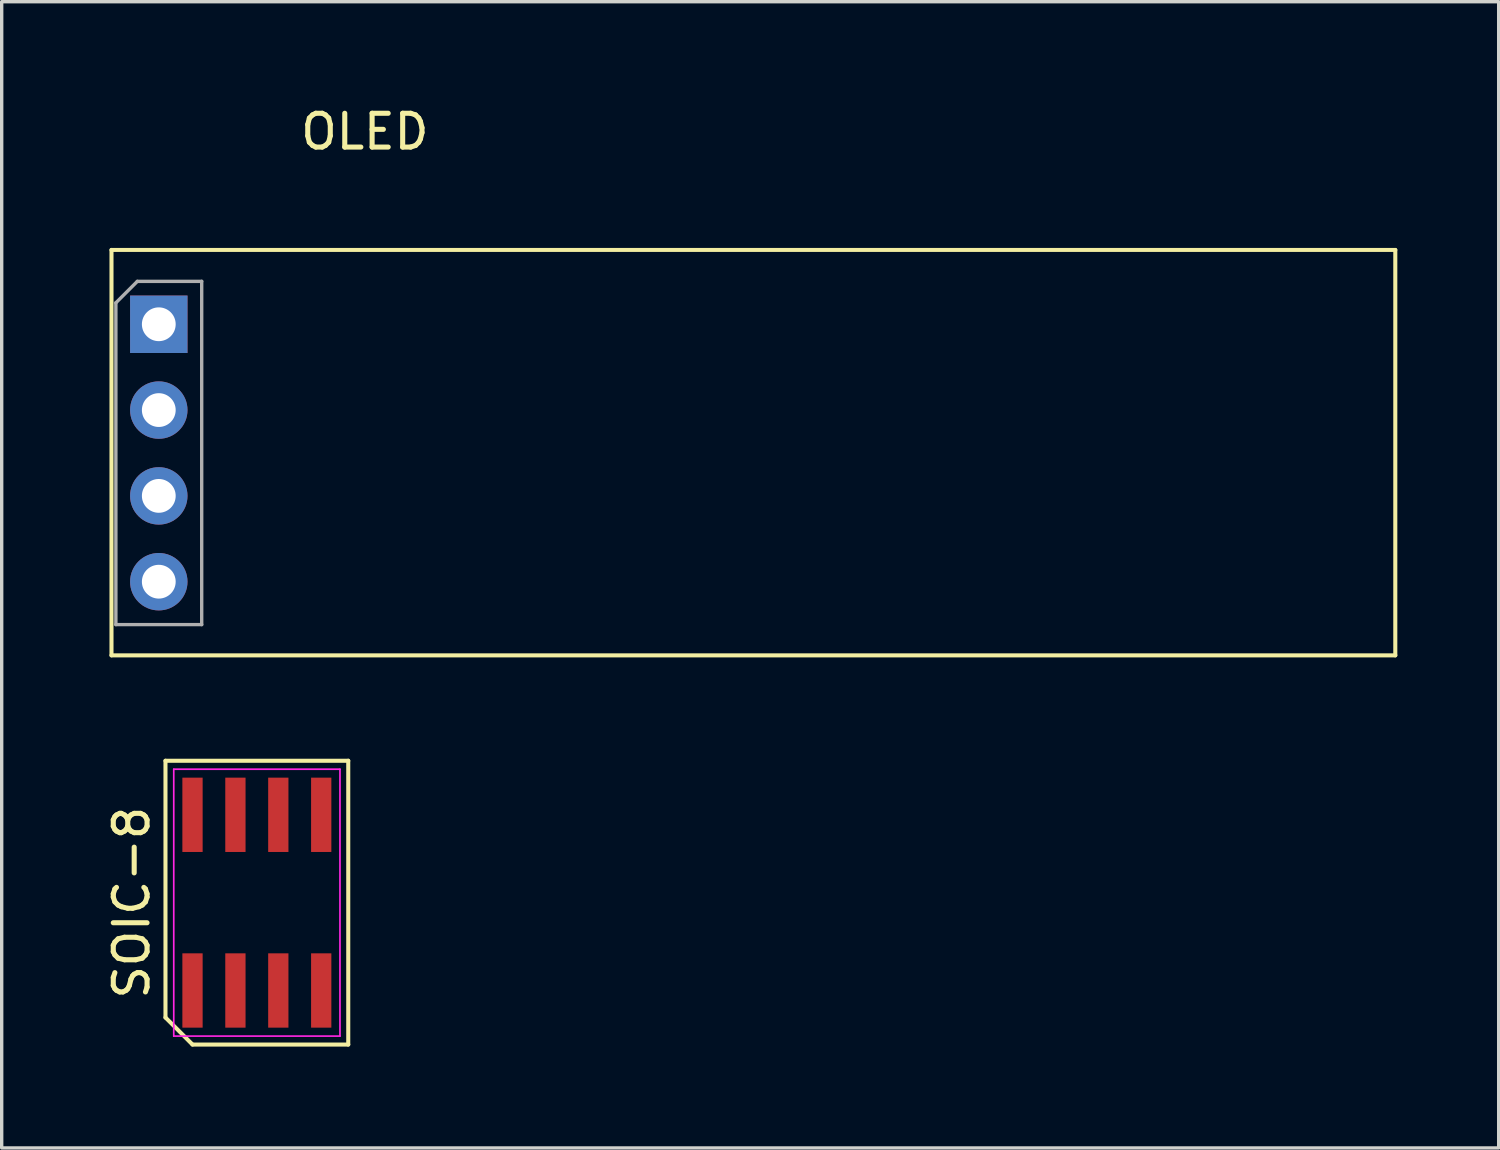
<source format=kicad_pcb>
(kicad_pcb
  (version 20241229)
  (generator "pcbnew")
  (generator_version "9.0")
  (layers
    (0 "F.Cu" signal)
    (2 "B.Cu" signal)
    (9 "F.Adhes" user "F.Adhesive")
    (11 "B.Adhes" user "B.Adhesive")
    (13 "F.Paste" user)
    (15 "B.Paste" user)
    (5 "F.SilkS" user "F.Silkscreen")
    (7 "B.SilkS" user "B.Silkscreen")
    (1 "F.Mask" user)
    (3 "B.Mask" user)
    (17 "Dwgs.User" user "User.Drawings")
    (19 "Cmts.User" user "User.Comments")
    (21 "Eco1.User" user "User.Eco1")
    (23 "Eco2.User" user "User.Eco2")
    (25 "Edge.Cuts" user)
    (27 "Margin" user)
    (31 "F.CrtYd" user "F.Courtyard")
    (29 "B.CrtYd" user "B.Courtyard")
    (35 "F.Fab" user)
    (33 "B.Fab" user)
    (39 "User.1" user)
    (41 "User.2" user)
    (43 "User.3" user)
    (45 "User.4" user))
  (footprint "OLED"
    (layer "F.Cu")
    (at 0.25 4.348)
    (property "Reference" "OLED" (at 7.5 -3.5 0) (layer "F.SilkS") (effects (font (size 1 1) (thickness 0.15))))
    (attr through_hole)
    (fp_line (start 0 0) (end 38 0) (stroke (width 0.12) (type solid)) (layer "F.SilkS"))
    (fp_line (start 0 12) (end 0 0) (stroke (width 0.12) (type solid)) (layer "F.SilkS"))
    (fp_line (start 38 0) (end 38 12) (stroke (width 0.12) (type solid)) (layer "F.SilkS"))
    (fp_line (start 38 12) (end 0 12) (stroke (width 0.12) (type solid)) (layer "F.SilkS"))
    (fp_line (start 0.13 1.565) (end 0.765 0.93) (stroke (width 0.1) (type solid)) (layer "F.Fab"))
    (fp_line (start 0.13 11.09) (end 0.13 1.565) (stroke (width 0.1) (type solid)) (layer "F.Fab"))
    (fp_line (start 0.765 0.93) (end 2.67 0.93) (stroke (width 0.1) (type solid)) (layer "F.Fab"))
    (fp_line (start 2.67 0.93) (end 2.67 11.09) (stroke (width 0.1) (type solid)) (layer "F.Fab"))
    (fp_line (start 2.67 11.09) (end 0.13 11.09) (stroke (width 0.1) (type solid)) (layer "F.Fab"))
    (pad "1" thru_hole rect (at 1.4 2.2) (size 1.7 1.7) (drill 1) (layers "*.Cu" "*.Mask"))
    (pad "2" thru_hole oval (at 1.4 4.74) (size 1.7 1.7) (drill 1) (layers "*.Cu" "*.Mask"))
    (pad "3" thru_hole oval (at 1.4 7.28) (size 1.7 1.7) (drill 1) (layers "*.Cu" "*.Mask"))
    (pad "4" thru_hole oval (at 1.4 9.82) (size 1.7 1.7) (drill 1) (layers "*.Cu" "*.Mask")))
  (footprint "SOIC-8"
    (layer "F.Cu")
    (at 4.553 23.668)
    (property "Reference" "SOIC-8" (at -3.705 0 90) (layer "F.SilkS") (effects (font (size 1 1) (thickness 0.15))))
    (attr smd)
    (fp_line (start -2.705 -4.2) (end 2.705 -4.2) (stroke (width 0.12) (type solid)) (layer "F.SilkS"))
    (fp_line (start -2.705 3.4) (end -2.705 -4.2) (stroke (width 0.12) (type solid)) (layer "F.SilkS"))
    (fp_line (start -1.905 4.2) (end -2.705 3.4) (stroke (width 0.12) (type solid)) (layer "F.SilkS"))
    (fp_line (start 2.705 -4.2) (end 2.705 4.2) (stroke (width 0.12) (type solid)) (layer "F.SilkS"))
    (fp_line (start 2.705 4.2) (end -1.905 4.2) (stroke (width 0.12) (type solid)) (layer "F.SilkS"))
    (fp_line (start -2.46 -3.95) (end 2.46 -3.95) (stroke (width 0.05) (type solid)) (layer "F.CrtYd"))
    (fp_line (start -2.46 3.95) (end -2.46 -3.95) (stroke (width 0.05) (type solid)) (layer "F.CrtYd"))
    (fp_line (start 2.46 -3.95) (end 2.46 3.95) (stroke (width 0.05) (type solid)) (layer "F.CrtYd"))
    (fp_line (start 2.46 3.95) (end -2.46 3.95) (stroke (width 0.05) (type solid)) (layer "F.CrtYd"))
    (pad "1" smd rect (at -1.905 2.6) (size 0.6 2.2) (layers "F.Cu" "F.Mask" "F.Paste"))
    (pad "2" smd rect (at -0.635 2.6) (size 0.6 2.2) (layers "F.Cu" "F.Mask" "F.Paste"))
    (pad "3" smd rect (at 0.635 2.6) (size 0.6 2.2) (layers "F.Cu" "F.Mask" "F.Paste"))
    (pad "4" smd rect (at 1.905 2.6) (size 0.6 2.2) (layers "F.Cu" "F.Mask" "F.Paste"))
    (pad "5" smd rect (at 1.905 -2.6) (size 0.6 2.2) (layers "F.Cu" "F.Mask" "F.Paste"))
    (pad "6" smd rect (at 0.635 -2.6) (size 0.6 2.2) (layers "F.Cu" "F.Mask" "F.Paste"))
    (pad "7" smd rect (at -0.635 -2.6) (size 0.6 2.2) (layers "F.Cu" "F.Mask" "F.Paste"))
    (pad "8" smd rect (at -1.905 -2.6) (size 0.6 2.2) (layers "F.Cu" "F.Mask" "F.Paste")))
  (gr_rect
    (start -3 -3)
    (end 41.31 30.928)
    (stroke (width 0.1) (type default))
    (fill no)
    (layer "Edge.Cuts")))
</source>
